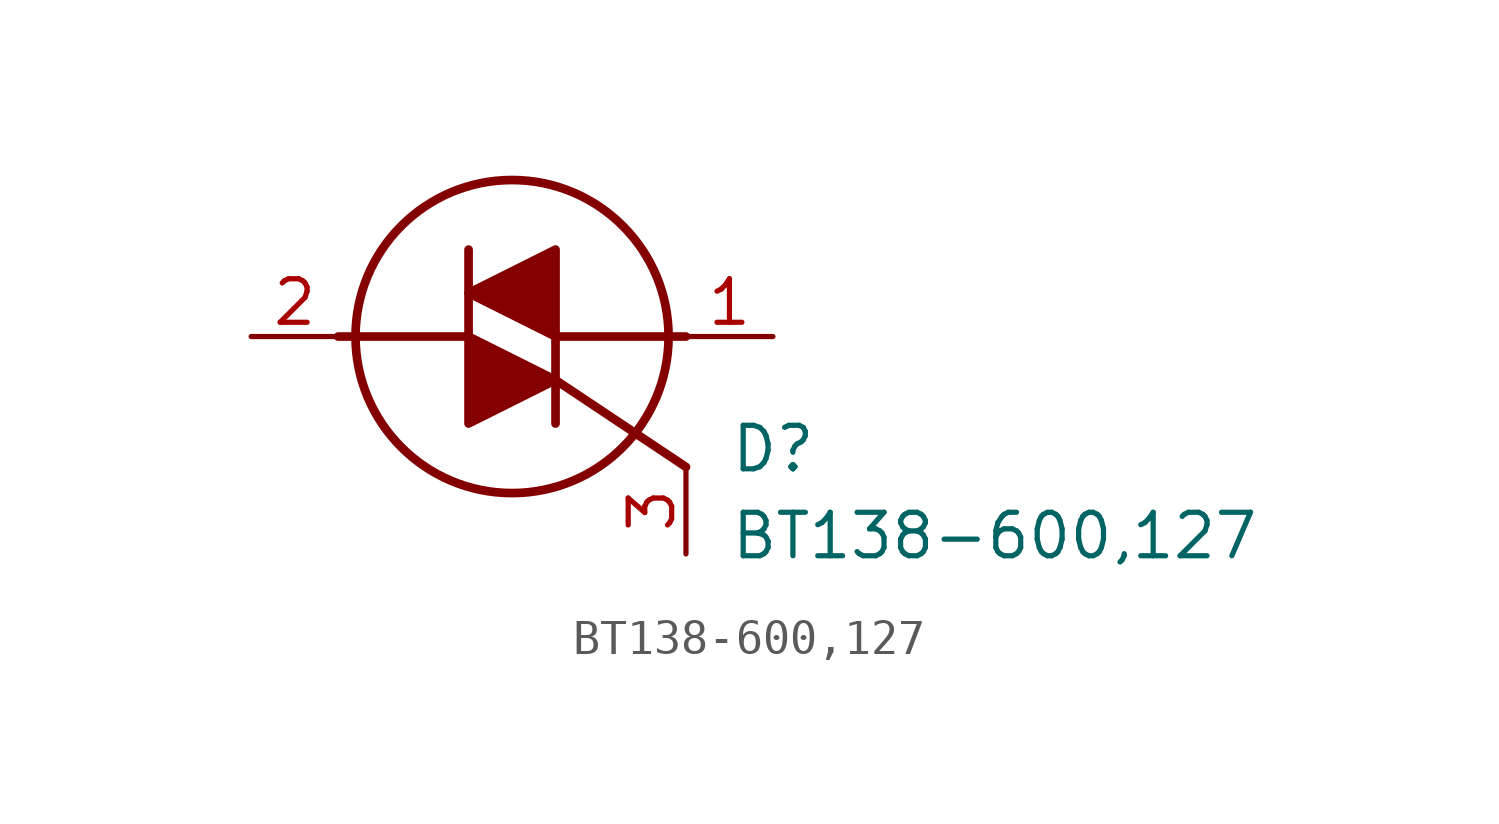
<source format=kicad_sym>
(kicad_symbol_lib
  (version 20211014)
  (generator SamacSys_ECAD_Model)
  (symbol "BT138-600,127"
    (pin_names hide)
    (property "Reference" "D"
      (at 13.97 -2.54 0)
      (effects (font (size 1.27 1.27)) (justify left top)))
    (property "Value" "BT138-600,127"
      (at 13.97 -5.08 0)
      (effects (font (size 1.27 1.27)) (justify left top)))
    (polyline
      (pts (xy 8.89 0) (xy 8.89 -2.54))
      (stroke (width 0.254) (type default))
      (fill (type none)))
    (polyline
      (pts (xy 6.35 0) (xy 6.35 2.54))
      (stroke (width 0.254) (type default))
      (fill (type none)))
    (polyline
      (pts (xy 8.89 0) (xy 12.7 0))
      (stroke (width 0.254) (type default))
      (fill (type none)))
    (polyline
      (pts (xy 6.35 0) (xy 2.54 0))
      (stroke (width 0.254) (type default))
      (fill (type none)))
    (polyline
      (pts (xy 8.89 -1.27) (xy 12.7 -3.81))
      (stroke (width 0.254) (type default))
      (fill (type none)))
    (circle
      (center 7.62 0)
      (radius 4.572)
      (stroke (width 0.254) (type default))
      (fill (type none)))
    (polyline
      (pts (xy 8.89 2.54) (xy 8.89 0) (xy 6.35 1.27) (xy 8.89 2.54))
      (stroke (width 0.254) (type default))
      (fill (type outline)))
    (polyline
      (pts (xy 6.35 -2.54) (xy 6.35 0) (xy 8.89 -1.27) (xy 6.35 -2.54))
      (stroke (width 0.254) (type default))
      (fill (type outline)))
    (pin passive line
      (at 0 0 0)
      (length 2.54)
      (name "MT2" (effects (font (size 1.27 1.27))))
      (number "2" (effects (font (size 1.27 1.27)))))
    (pin passive line
      (at 15.24 0 180)
      (length 2.54)
      (name "MT1" (effects (font (size 1.27 1.27))))
      (number "1" (effects (font (size 1.27 1.27)))))
    (pin passive line
      (at 12.7 -6.35 90)
      (length 2.54)
      (name "G" (effects (font (size 1.27 1.27))))
      (number "3" (effects (font (size 1.27 1.27)))))))
</source>
